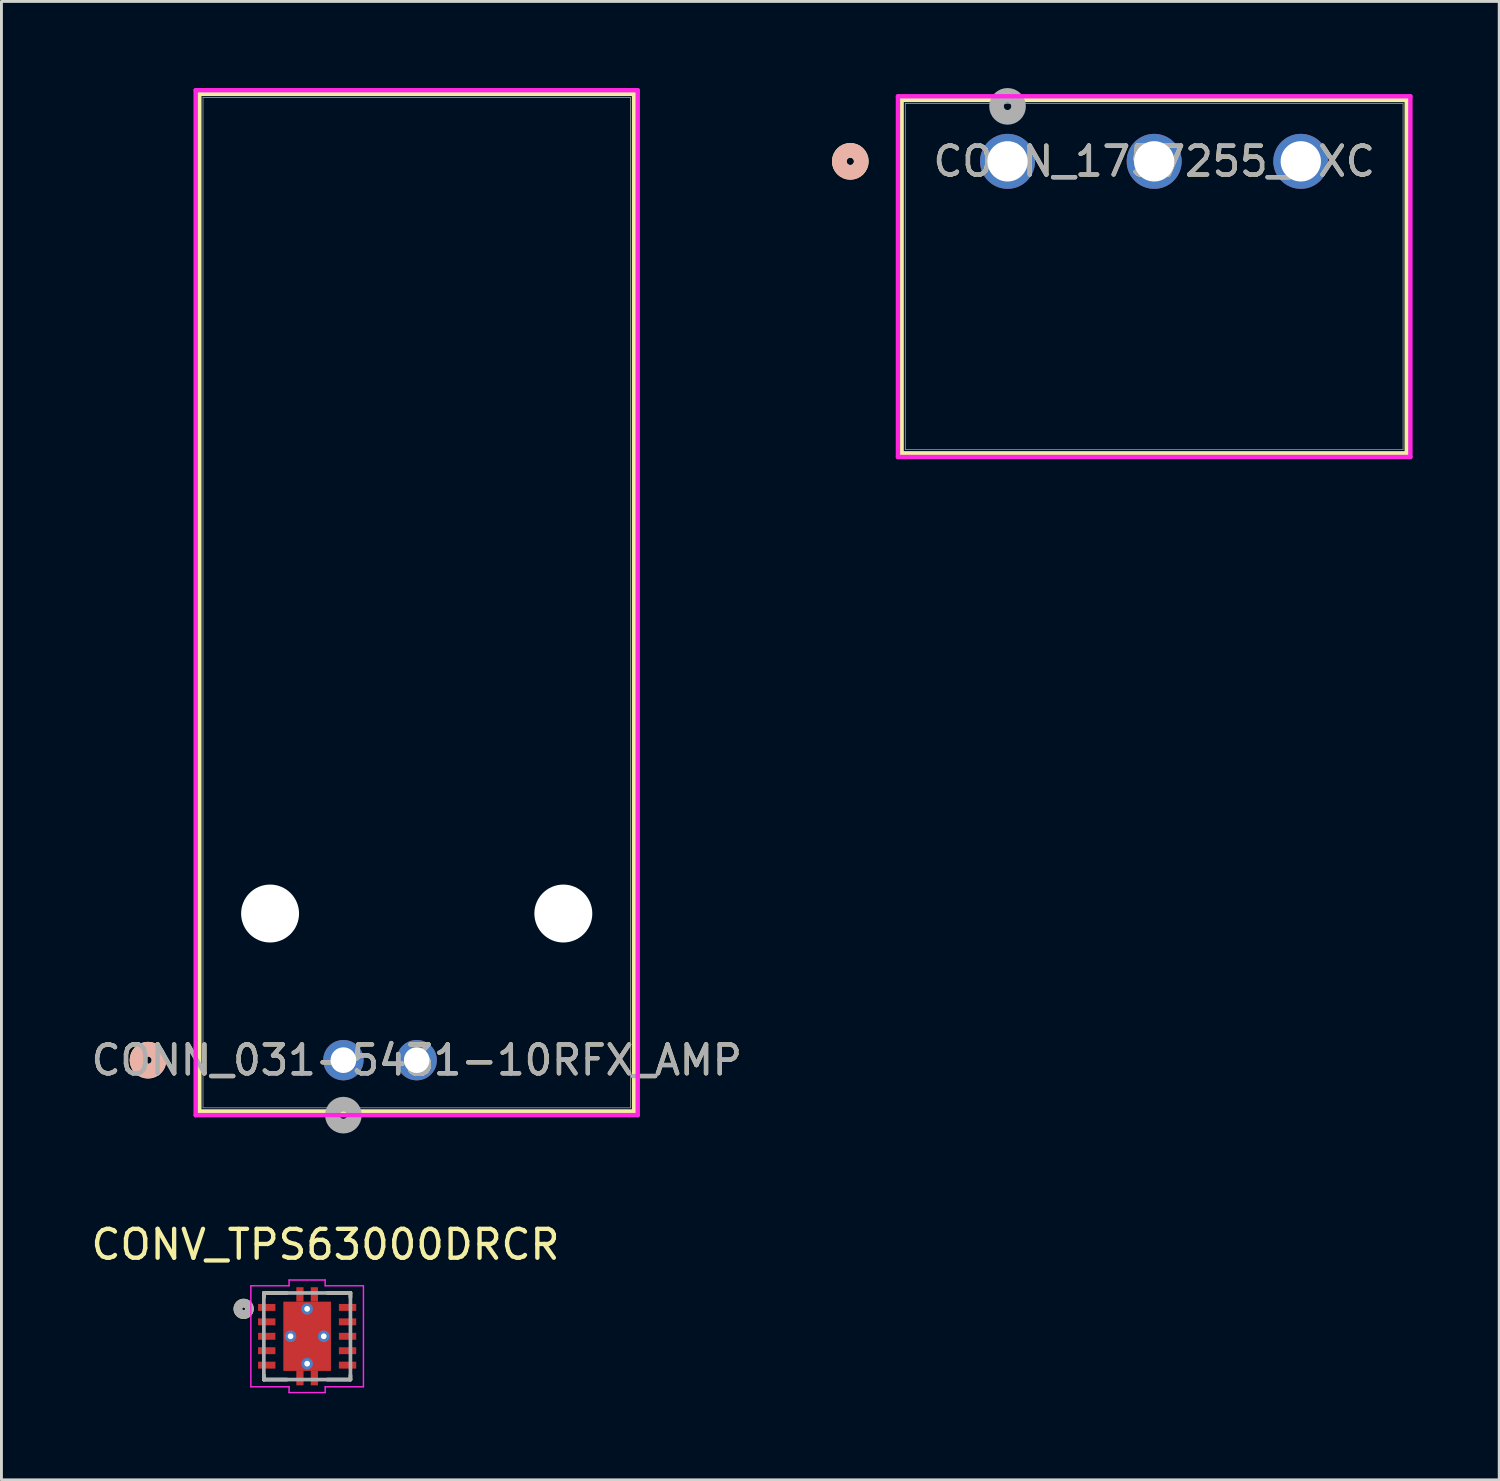
<source format=kicad_pcb>
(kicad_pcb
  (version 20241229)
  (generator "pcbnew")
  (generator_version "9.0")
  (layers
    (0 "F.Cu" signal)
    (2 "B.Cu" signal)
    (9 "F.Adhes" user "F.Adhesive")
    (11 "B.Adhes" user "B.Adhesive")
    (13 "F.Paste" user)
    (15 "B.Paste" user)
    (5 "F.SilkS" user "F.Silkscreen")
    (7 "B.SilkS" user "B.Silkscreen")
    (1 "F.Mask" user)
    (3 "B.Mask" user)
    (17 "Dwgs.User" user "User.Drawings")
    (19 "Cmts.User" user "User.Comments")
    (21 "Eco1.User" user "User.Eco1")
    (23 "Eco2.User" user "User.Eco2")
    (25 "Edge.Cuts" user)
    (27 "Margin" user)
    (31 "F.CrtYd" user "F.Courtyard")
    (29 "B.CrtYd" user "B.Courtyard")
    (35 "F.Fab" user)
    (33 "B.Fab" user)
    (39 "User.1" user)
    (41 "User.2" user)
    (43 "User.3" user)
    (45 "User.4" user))
  (footprint "CONN_031-5431-10RFX_AMP"
    (layer "F.Cu")
    (at 8.847 33.68)
    (property "Reference" "CONN_031-5431-10RFX_AMP" (at 2.54 0 0) (unlocked yes) (layer "F.SilkS") (effects (font (size 1 1) (thickness 0.15))))
    (attr through_hole)
    (fp_line (start -4.991 -33.477) (end -4.991 1.778) (stroke (width 0.152) (type solid)) (layer "F.SilkS"))
    (fp_line (start -4.991 1.778) (end 10.071 1.778) (stroke (width 0.152) (type solid)) (layer "F.SilkS"))
    (fp_line (start 10.071 -33.477) (end -4.991 -33.477) (stroke (width 0.152) (type solid)) (layer "F.SilkS"))
    (fp_line (start 10.071 1.778) (end 10.071 -33.477) (stroke (width 0.152) (type solid)) (layer "F.SilkS"))
    (fp_circle (center -6.769 0) (end -6.388 0) (stroke (width 0.508) (type solid)) (fill no) (layer "F.SilkS"))
    (fp_circle (center -6.769 0) (end -6.388 0) (stroke (width 0.508) (type solid)) (fill no) (layer "B.SilkS"))
    (fp_line (start -5.118 -33.604) (end -5.118 1.905) (stroke (width 0.152) (type solid)) (layer "F.CrtYd"))
    (fp_line (start -5.118 1.905) (end 10.198 1.905) (stroke (width 0.152) (type solid)) (layer "F.CrtYd"))
    (fp_line (start 10.198 -33.604) (end -5.118 -33.604) (stroke (width 0.152) (type solid)) (layer "F.CrtYd"))
    (fp_line (start 10.198 1.905) (end 10.198 -33.604) (stroke (width 0.152) (type solid)) (layer "F.CrtYd"))
    (fp_line (start -4.864 -33.35) (end -4.864 1.651) (stroke (width 0.025) (type solid)) (layer "F.Fab"))
    (fp_line (start -4.864 1.651) (end 9.944 1.651) (stroke (width 0.025) (type solid)) (layer "F.Fab"))
    (fp_line (start 9.944 -33.35) (end -4.864 -33.35) (stroke (width 0.025) (type solid)) (layer "F.Fab"))
    (fp_line (start 9.944 1.651) (end 9.944 -33.35) (stroke (width 0.025) (type solid)) (layer "F.Fab"))
    (fp_circle (center 0 1.905) (end 0.381 1.905) (stroke (width 0.508) (type solid)) (fill no) (layer "F.Fab"))
    (fp_text user "${REFERENCE}" (at 2.54 0 0) (unlocked yes) (layer "F.Fab") (effects (font (size 1 1) (thickness 0.15))))
    (pad "" np_thru_hole circle (at -2.54 -5.08) (size 2.007 2.007) (drill 2.007) (layers "*.Cu" "*.Mask"))
    (pad "" np_thru_hole circle (at 7.62 -5.08) (size 2.007 2.007) (drill 2.007) (layers "*.Cu" "*.Mask"))
    (pad "1" thru_hole circle (at 0 0) (size 1.397 1.397) (drill 0.889) (layers "*.Cu" "*.Mask"))
    (pad "2" thru_hole circle (at 2.54 0) (size 1.397 1.397) (drill 0.889) (layers "*.Cu" "*.Mask")))
  (footprint "CONV_TPS63000DRCR"
    (layer "F.Cu")
    (at 7.591 43.246)
    (property "Reference" "CONV_TPS63000DRCR" (at 0.635 -3.177 0) (layer "F.SilkS") (effects (font (size 1.001 1.001) (thickness 0.15))))
    (attr smd)
    (fp_line (start -1.5 -1.5) (end -1.5 -1.35) (stroke (width 0.127) (type solid)) (layer "F.SilkS"))
    (fp_line (start -1.5 1.5) (end -1.5 1.35) (stroke (width 0.127) (type solid)) (layer "F.SilkS"))
    (fp_line (start -0.7 -1.5) (end -1.5 -1.5) (stroke (width 0.127) (type solid)) (layer "F.SilkS"))
    (fp_line (start -0.7 1.5) (end -1.5 1.5) (stroke (width 0.127) (type solid)) (layer "F.SilkS"))
    (fp_line (start 0.7 -1.5) (end 1.5 -1.5) (stroke (width 0.127) (type solid)) (layer "F.SilkS"))
    (fp_line (start 0.7 1.5) (end 1.5 1.5) (stroke (width 0.127) (type solid)) (layer "F.SilkS"))
    (fp_line (start 1.5 -1.5) (end 1.5 -1.35) (stroke (width 0.127) (type solid)) (layer "F.SilkS"))
    (fp_line (start 1.5 1.5) (end 1.5 1.35) (stroke (width 0.127) (type solid)) (layer "F.SilkS"))
    (fp_circle (center -2.2 -0.95) (end -2.15 -0.95) (stroke (width 0.3) (type solid)) (fill no) (layer "F.SilkS"))
    (fp_poly (pts (xy -0.751 -1.16) (xy 0.75 -1.16) (xy 0.75 -0.1) (xy -0.751 -0.1)) (stroke (width 0.01) (type solid)) (fill yes) (layer "F.Paste"))
    (fp_poly (pts (xy -0.75 0.1) (xy 0.75 0.1) (xy 0.75 1.161) (xy -0.75 1.161)) (stroke (width 0.01) (type solid)) (fill yes) (layer "F.Paste"))
    (fp_poly (pts (xy -0.376 1.36) (xy -0.125 1.36) (xy -0.125 1.703) (xy -0.376 1.703)) (stroke (width 0.01) (type solid)) (fill yes) (layer "F.Paste"))
    (fp_poly (pts (xy -0.375 -1.7) (xy -0.125 -1.7) (xy -0.125 -1.361) (xy -0.375 -1.361)) (stroke (width 0.01) (type solid)) (fill yes) (layer "F.Paste"))
    (fp_poly (pts (xy 0.125 1.36) (xy 0.375 1.36) (xy 0.375 1.702) (xy 0.125 1.702)) (stroke (width 0.01) (type solid)) (fill yes) (layer "F.Paste"))
    (fp_poly (pts (xy 0.125 -1.7) (xy 0.375 -1.7) (xy 0.375 -1.362) (xy 0.125 -1.362)) (stroke (width 0.01) (type solid)) (fill yes) (layer "F.Paste"))
    (fp_line (start -1.95 -1.75) (end -0.625 -1.75) (stroke (width 0.05) (type solid)) (layer "F.CrtYd"))
    (fp_line (start -1.95 1.75) (end -1.95 -1.75) (stroke (width 0.05) (type solid)) (layer "F.CrtYd"))
    (fp_line (start -0.625 -1.95) (end 0.625 -1.95) (stroke (width 0.05) (type solid)) (layer "F.CrtYd"))
    (fp_line (start -0.625 -1.75) (end -0.625 -1.95) (stroke (width 0.05) (type solid)) (layer "F.CrtYd"))
    (fp_line (start -0.625 1.75) (end -1.95 1.75) (stroke (width 0.05) (type solid)) (layer "F.CrtYd"))
    (fp_line (start -0.625 1.95) (end -0.625 1.75) (stroke (width 0.05) (type solid)) (layer "F.CrtYd"))
    (fp_line (start 0.625 -1.95) (end 0.625 -1.75) (stroke (width 0.05) (type solid)) (layer "F.CrtYd"))
    (fp_line (start 0.625 -1.75) (end 1.95 -1.75) (stroke (width 0.05) (type solid)) (layer "F.CrtYd"))
    (fp_line (start 0.625 1.75) (end 0.625 1.95) (stroke (width 0.05) (type solid)) (layer "F.CrtYd"))
    (fp_line (start 0.625 1.95) (end -0.625 1.95) (stroke (width 0.05) (type solid)) (layer "F.CrtYd"))
    (fp_line (start 1.95 -1.75) (end 1.95 1.75) (stroke (width 0.05) (type solid)) (layer "F.CrtYd"))
    (fp_line (start 1.95 1.75) (end 0.625 1.75) (stroke (width 0.05) (type solid)) (layer "F.CrtYd"))
    (fp_line (start -1.5 -1.5) (end 1.5 -1.5) (stroke (width 0.127) (type solid)) (layer "F.Fab"))
    (fp_line (start -1.5 1.5) (end -1.5 -1.5) (stroke (width 0.127) (type solid)) (layer "F.Fab"))
    (fp_line (start 1.5 -1.5) (end 1.5 1.5) (stroke (width 0.127) (type solid)) (layer "F.Fab"))
    (fp_line (start 1.5 1.5) (end -1.5 1.5) (stroke (width 0.127) (type solid)) (layer "F.Fab"))
    (fp_circle (center -2.2 -0.95) (end -2.15 -0.95) (stroke (width 0.3) (type solid)) (fill no) (layer "F.Fab"))
    (pad "1" smd rect (at -1.4 -1) (size 0.6 0.24) (layers "F.Cu" "F.Mask" "F.Paste"))
    (pad "2" smd rect (at -1.4 -0.5) (size 0.6 0.24) (layers "F.Cu" "F.Mask" "F.Paste"))
    (pad "3" smd rect (at -1.4 0) (size 0.6 0.24) (layers "F.Cu" "F.Mask" "F.Paste"))
    (pad "4" smd rect (at -1.4 0.5) (size 0.6 0.24) (layers "F.Cu" "F.Mask" "F.Paste"))
    (pad "5" smd rect (at -1.4 1) (size 0.6 0.24) (layers "F.Cu" "F.Mask" "F.Paste"))
    (pad "6" smd rect (at 1.4 1) (size 0.6 0.24) (layers "F.Cu" "F.Mask" "F.Paste"))
    (pad "7" smd rect (at 1.4 0.5) (size 0.6 0.24) (layers "F.Cu" "F.Mask" "F.Paste"))
    (pad "8" smd rect (at 1.4 0) (size 0.6 0.24) (layers "F.Cu" "F.Mask" "F.Paste"))
    (pad "9" smd rect (at 1.4 -0.5) (size 0.6 0.24) (layers "F.Cu" "F.Mask" "F.Paste"))
    (pad "10" smd rect (at 1.4 -1) (size 0.6 0.24) (layers "F.Cu" "F.Mask" "F.Paste"))
    (pad "11" smd rect (at 0 0) (size 1.65 2.4) (layers "F.Cu" "F.Mask"))
    (pad "11_1" smd rect (at -0.25 -1.45) (size 0.25 0.5) (layers "F.Cu" "F.Mask"))
    (pad "11_2" smd rect (at 0.25 -1.45) (size 0.25 0.5) (layers "F.Cu" "F.Mask"))
    (pad "11_3" smd rect (at 0.25 1.45) (size 0.25 0.5) (layers "F.Cu" "F.Mask"))
    (pad "11_4" smd rect (at -0.25 1.45) (size 0.25 0.5) (layers "F.Cu" "F.Mask"))
    (pad "11_5" thru_hole circle (at 0 -0.95) (size 0.4 0.4) (drill 0.2) (layers "*.Cu"))
    (pad "11_6" thru_hole circle (at -0.575 0) (size 0.4 0.4) (drill 0.2) (layers "*.Cu"))
    (pad "11_7" thru_hole circle (at 0.575 0) (size 0.4 0.4) (drill 0.2) (layers "*.Cu"))
    (pad "11_8" thru_hole circle (at 0 0.95) (size 0.4 0.4) (drill 0.2) (layers "*.Cu")))
  (footprint "CONN_1757255_PXC"
    (layer "F.Cu")
    (at 31.857 2.54)
    (property "Reference" "CONN_1757255_PXC" (at 5.08 0 0) (unlocked yes) (layer "F.SilkS") (effects (font (size 1 1) (thickness 0.15))))
    (attr through_hole)
    (fp_line (start -3.67 -2.127) (end -3.67 10.116) (stroke (width 0.152) (type solid)) (layer "F.SilkS"))
    (fp_line (start -3.67 10.116) (end 13.83 10.116) (stroke (width 0.152) (type solid)) (layer "F.SilkS"))
    (fp_line (start 13.83 -2.127) (end -3.67 -2.127) (stroke (width 0.152) (type solid)) (layer "F.SilkS"))
    (fp_line (start 13.83 10.116) (end 13.83 -2.127) (stroke (width 0.152) (type solid)) (layer "F.SilkS"))
    (fp_circle (center -5.448 0) (end -5.067 0) (stroke (width 0.508) (type solid)) (fill no) (layer "F.SilkS"))
    (fp_circle (center -5.448 0) (end -5.067 0) (stroke (width 0.508) (type solid)) (fill no) (layer "B.SilkS"))
    (fp_line (start -3.797 -2.254) (end -3.797 10.243) (stroke (width 0.152) (type solid)) (layer "F.CrtYd"))
    (fp_line (start -3.797 10.243) (end 13.957 10.243) (stroke (width 0.152) (type solid)) (layer "F.CrtYd"))
    (fp_line (start 13.957 -2.254) (end -3.797 -2.254) (stroke (width 0.152) (type solid)) (layer "F.CrtYd"))
    (fp_line (start 13.957 10.243) (end 13.957 -2.254) (stroke (width 0.152) (type solid)) (layer "F.CrtYd"))
    (fp_line (start -3.543 -2) (end -3.543 9.989) (stroke (width 0.025) (type solid)) (layer "F.Fab"))
    (fp_line (start -3.543 9.989) (end 13.703 9.989) (stroke (width 0.025) (type solid)) (layer "F.Fab"))
    (fp_line (start 13.703 -2) (end -3.543 -2) (stroke (width 0.025) (type solid)) (layer "F.Fab"))
    (fp_line (start 13.703 9.989) (end 13.703 -2) (stroke (width 0.025) (type solid)) (layer "F.Fab"))
    (fp_circle (center 0 -1.905) (end 0.381 -1.905) (stroke (width 0.508) (type solid)) (fill no) (layer "F.Fab"))
    (fp_text user "${REFERENCE}" (at 5.08 0 0) (unlocked yes) (layer "F.Fab") (effects (font (size 1 1) (thickness 0.15))))
    (pad "1" thru_hole circle (at 0 0) (size 1.905 1.905) (drill 1.397) (layers "*.Cu" "*.Mask"))
    (pad "2" thru_hole circle (at 5.08 0) (size 1.905 1.905) (drill 1.397) (layers "*.Cu" "*.Mask"))
    (pad "3" thru_hole circle (at 10.16 0) (size 1.905 1.905) (drill 1.397) (layers "*.Cu" "*.Mask")))
  (gr_rect
    (start -3 -3)
    (end 48.891 48.221)
    (stroke (width 0.1) (type default))
    (fill no)
    (layer "Edge.Cuts")))
</source>
